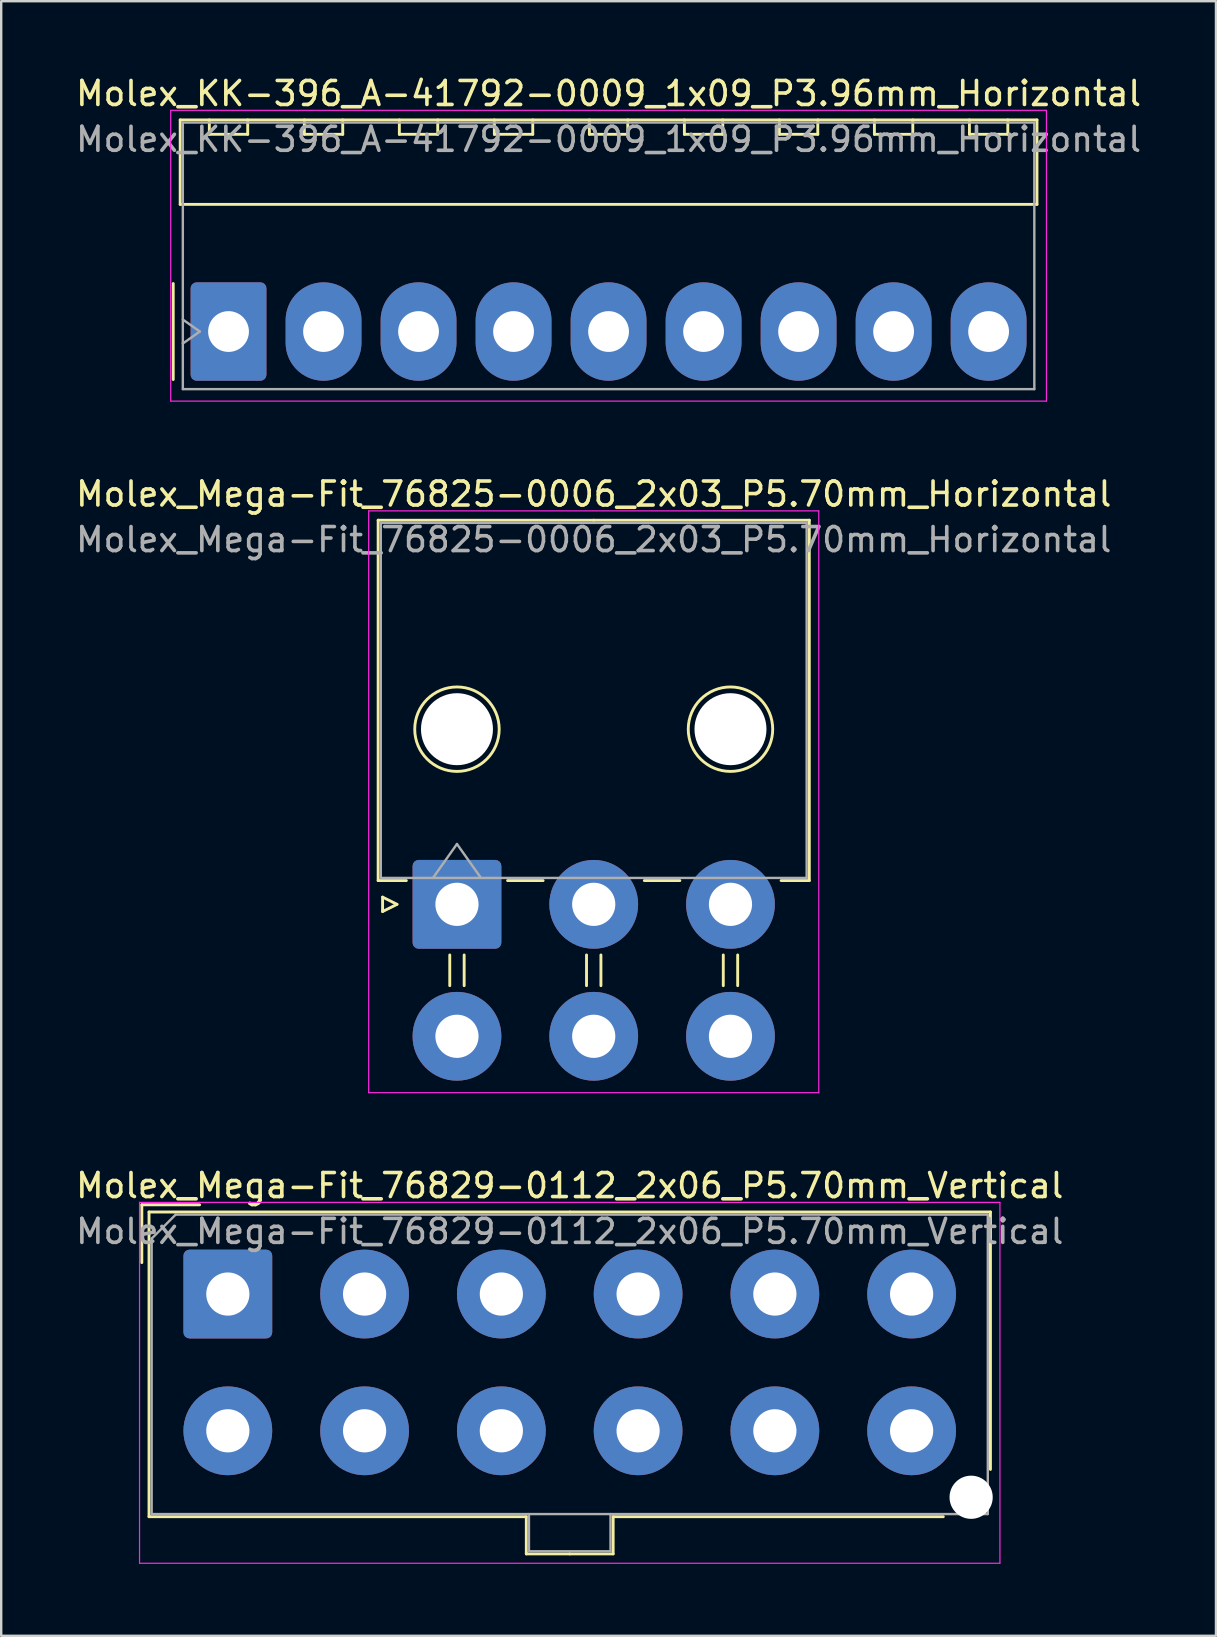
<source format=kicad_pcb>
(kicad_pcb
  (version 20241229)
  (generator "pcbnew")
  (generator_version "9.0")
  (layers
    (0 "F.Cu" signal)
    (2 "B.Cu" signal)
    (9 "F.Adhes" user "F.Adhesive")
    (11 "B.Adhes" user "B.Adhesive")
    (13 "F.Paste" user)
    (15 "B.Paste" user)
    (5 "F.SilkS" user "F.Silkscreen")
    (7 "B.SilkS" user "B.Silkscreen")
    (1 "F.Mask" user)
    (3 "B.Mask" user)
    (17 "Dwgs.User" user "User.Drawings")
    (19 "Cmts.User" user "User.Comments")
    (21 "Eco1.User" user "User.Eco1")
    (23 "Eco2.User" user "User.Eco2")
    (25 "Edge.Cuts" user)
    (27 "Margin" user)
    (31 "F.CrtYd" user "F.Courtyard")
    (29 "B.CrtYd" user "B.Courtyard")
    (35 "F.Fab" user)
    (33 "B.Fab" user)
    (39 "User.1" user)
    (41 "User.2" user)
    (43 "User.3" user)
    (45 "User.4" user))
  (footprint "Molex_Mega-Fit_76829-0112_2x06_P5.70mm_Vertical"
    (layer "F.Cu")
    (at 6.446 50.885)
    (property "Reference" "Molex_Mega-Fit_76829-0112_2x06_P5.70mm_Vertical" (at 14.25 -4.52 0) (layer "F.SilkS") (effects (font (size 1 1) (thickness 0.15))))
    (attr through_hole)
    (fp_line (start -3.585 -3.72) (end -1.175 -3.72) (stroke (width 0.12) (type solid)) (layer "F.SilkS"))
    (fp_line (start -3.585 -1.31) (end -3.585 -3.72) (stroke (width 0.12) (type solid)) (layer "F.SilkS"))
    (fp_line (start -3.285 -3.42) (end -3.285 9.28) (stroke (width 0.12) (type solid)) (layer "F.SilkS"))
    (fp_line (start -3.285 9.28) (end 12.44 9.28) (stroke (width 0.12) (type solid)) (layer "F.SilkS"))
    (fp_line (start 12.44 9.28) (end 12.44 10.83) (stroke (width 0.12) (type solid)) (layer "F.SilkS"))
    (fp_line (start 12.44 10.83) (end 14.25 10.83) (stroke (width 0.12) (type solid)) (layer "F.SilkS"))
    (fp_line (start 14.25 -3.42) (end -3.285 -3.42) (stroke (width 0.12) (type solid)) (layer "F.SilkS"))
    (fp_line (start 14.25 -3.42) (end 31.785 -3.42) (stroke (width 0.12) (type solid)) (layer "F.SilkS"))
    (fp_line (start 16.06 9.28) (end 16.06 10.83) (stroke (width 0.12) (type solid)) (layer "F.SilkS"))
    (fp_line (start 16.06 10.83) (end 14.25 10.83) (stroke (width 0.12) (type solid)) (layer "F.SilkS"))
    (fp_line (start 29.82 9.28) (end 16.06 9.28) (stroke (width 0.12) (type solid)) (layer "F.SilkS"))
    (fp_line (start 31.785 -3.42) (end 31.785 7.31) (stroke (width 0.12) (type solid)) (layer "F.SilkS"))
    (fp_line (start -3.68 -3.82) (end -3.68 11.22) (stroke (width 0.05) (type solid)) (layer "F.CrtYd"))
    (fp_line (start -3.68 11.22) (end 32.18 11.22) (stroke (width 0.05) (type solid)) (layer "F.CrtYd"))
    (fp_line (start 32.18 -3.82) (end -3.68 -3.82) (stroke (width 0.05) (type solid)) (layer "F.CrtYd"))
    (fp_line (start 32.18 11.22) (end 32.18 -3.82) (stroke (width 0.05) (type solid)) (layer "F.CrtYd"))
    (fp_line (start -3.175 -2.31) (end -3.175 9.17) (stroke (width 0.1) (type solid)) (layer "F.Fab"))
    (fp_line (start -3.175 9.17) (end 31.675 9.17) (stroke (width 0.1) (type solid)) (layer "F.Fab"))
    (fp_line (start -2.175 -3.31) (end -3.175 -2.31) (stroke (width 0.1) (type solid)) (layer "F.Fab"))
    (fp_line (start 12.55 9.17) (end 12.55 10.72) (stroke (width 0.1) (type solid)) (layer "F.Fab"))
    (fp_line (start 12.55 10.72) (end 15.95 10.72) (stroke (width 0.1) (type solid)) (layer "F.Fab"))
    (fp_line (start 15.95 10.72) (end 15.95 9.17) (stroke (width 0.1) (type solid)) (layer "F.Fab"))
    (fp_line (start 31.675 -3.31) (end -2.175 -3.31) (stroke (width 0.1) (type solid)) (layer "F.Fab"))
    (fp_line (start 31.675 9.17) (end 31.675 -3.31) (stroke (width 0.1) (type solid)) (layer "F.Fab"))
    (fp_text user "${REFERENCE}" (at 14.25 -2.61 0) (layer "F.Fab") (effects (font (size 1 1) (thickness 0.15))))
    (pad "" np_thru_hole circle (at 30.98 8.47) (size 1.8 1.8) (drill 1.8) (layers "*.Cu" "*.Mask"))
    (pad "1" thru_hole roundrect (at 0 0) (size 3.7 3.7) (drill 1.8) (layers "*.Cu" "*.Mask") (roundrect_rratio 0.068))
    (pad "2" thru_hole circle (at 5.7 0) (size 3.7 3.7) (drill 1.8) (layers "*.Cu" "*.Mask"))
    (pad "3" thru_hole circle (at 11.4 0) (size 3.7 3.7) (drill 1.8) (layers "*.Cu" "*.Mask"))
    (pad "4" thru_hole circle (at 17.1 0) (size 3.7 3.7) (drill 1.8) (layers "*.Cu" "*.Mask"))
    (pad "5" thru_hole circle (at 22.8 0) (size 3.7 3.7) (drill 1.8) (layers "*.Cu" "*.Mask"))
    (pad "6" thru_hole circle (at 28.5 0) (size 3.7 3.7) (drill 1.8) (layers "*.Cu" "*.Mask"))
    (pad "7" thru_hole circle (at 0 5.7) (size 3.7 3.7) (drill 1.8) (layers "*.Cu" "*.Mask"))
    (pad "8" thru_hole circle (at 5.7 5.7) (size 3.7 3.7) (drill 1.8) (layers "*.Cu" "*.Mask"))
    (pad "9" thru_hole circle (at 11.4 5.7) (size 3.7 3.7) (drill 1.8) (layers "*.Cu" "*.Mask"))
    (pad "10" thru_hole circle (at 17.1 5.7) (size 3.7 3.7) (drill 1.8) (layers "*.Cu" "*.Mask"))
    (pad "11" thru_hole circle (at 22.8 5.7) (size 3.7 3.7) (drill 1.8) (layers "*.Cu" "*.Mask"))
    (pad "12" thru_hole circle (at 28.5 5.7) (size 3.7 3.7) (drill 1.8) (layers "*.Cu" "*.Mask")))
  (footprint "Molex_Mega-Fit_76825-0006_2x03_P5.70mm_Horizontal"
    (layer "F.Cu")
    (at 15.996 34.642)
    (property "Reference" "Molex_Mega-Fit_76825-0006_2x03_P5.70mm_Horizontal" (at 5.7 -17.1 0) (layer "F.SilkS") (effects (font (size 1 1) (thickness 0.15))))
    (attr through_hole)
    (fp_line (start -3.285 -16.01) (end -3.285 -0.99) (stroke (width 0.12) (type solid)) (layer "F.SilkS"))
    (fp_line (start -3.285 -0.99) (end -2.11 -0.99) (stroke (width 0.12) (type solid)) (layer "F.SilkS"))
    (fp_line (start -3.1 -0.3) (end -2.5 0) (stroke (width 0.12) (type solid)) (layer "F.SilkS"))
    (fp_line (start -3.1 0.3) (end -3.1 -0.3) (stroke (width 0.12) (type solid)) (layer "F.SilkS"))
    (fp_line (start -2.5 0) (end -3.1 0.3) (stroke (width 0.12) (type solid)) (layer "F.SilkS"))
    (fp_line (start -0.3 2.11) (end -0.3 3.39) (stroke (width 0.12) (type solid)) (layer "F.SilkS"))
    (fp_line (start 0.3 2.11) (end 0.3 3.39) (stroke (width 0.12) (type solid)) (layer "F.SilkS"))
    (fp_line (start 2.11 -0.99) (end 3.59 -0.99) (stroke (width 0.12) (type solid)) (layer "F.SilkS"))
    (fp_line (start 5.4 2.11) (end 5.4 3.39) (stroke (width 0.12) (type solid)) (layer "F.SilkS"))
    (fp_line (start 5.7 -16.01) (end -3.285 -16.01) (stroke (width 0.12) (type solid)) (layer "F.SilkS"))
    (fp_line (start 5.7 -16.01) (end 14.685 -16.01) (stroke (width 0.12) (type solid)) (layer "F.SilkS"))
    (fp_line (start 6 2.11) (end 6 3.39) (stroke (width 0.12) (type solid)) (layer "F.SilkS"))
    (fp_line (start 7.81 -0.99) (end 9.29 -0.99) (stroke (width 0.12) (type solid)) (layer "F.SilkS"))
    (fp_line (start 11.1 2.11) (end 11.1 3.39) (stroke (width 0.12) (type solid)) (layer "F.SilkS"))
    (fp_line (start 11.7 2.11) (end 11.7 3.39) (stroke (width 0.12) (type solid)) (layer "F.SilkS"))
    (fp_line (start 14.685 -16.01) (end 14.685 -0.99) (stroke (width 0.12) (type solid)) (layer "F.SilkS"))
    (fp_line (start 14.685 -0.99) (end 13.51 -0.99) (stroke (width 0.12) (type solid)) (layer "F.SilkS"))
    (fp_circle (center 0 -7.3) (end 1.76 -7.3) (stroke (width 0.12) (type solid)) (fill no) (layer "F.SilkS"))
    (fp_circle (center 11.4 -7.3) (end 13.16 -7.3) (stroke (width 0.12) (type solid)) (fill no) (layer "F.SilkS"))
    (fp_line (start -3.68 -16.4) (end -3.68 7.85) (stroke (width 0.05) (type solid)) (layer "F.CrtYd"))
    (fp_line (start -3.68 7.85) (end 15.08 7.85) (stroke (width 0.05) (type solid)) (layer "F.CrtYd"))
    (fp_line (start 15.08 -16.4) (end -3.68 -16.4) (stroke (width 0.05) (type solid)) (layer "F.CrtYd"))
    (fp_line (start 15.08 7.85) (end 15.08 -16.4) (stroke (width 0.05) (type solid)) (layer "F.CrtYd"))
    (fp_line (start -3.175 -15.9) (end -3.175 -1.1) (stroke (width 0.1) (type solid)) (layer "F.Fab"))
    (fp_line (start -3.175 -1.1) (end 14.575 -1.1) (stroke (width 0.1) (type solid)) (layer "F.Fab"))
    (fp_line (start -1 -1.1) (end 0 -2.514) (stroke (width 0.1) (type solid)) (layer "F.Fab"))
    (fp_line (start 0 -2.514) (end 1 -1.1) (stroke (width 0.1) (type solid)) (layer "F.Fab"))
    (fp_line (start 14.575 -15.9) (end -3.175 -15.9) (stroke (width 0.1) (type solid)) (layer "F.Fab"))
    (fp_line (start 14.575 -1.1) (end 14.575 -15.9) (stroke (width 0.1) (type solid)) (layer "F.Fab"))
    (fp_text user "${REFERENCE}" (at 5.7 -15.2 0) (layer "F.Fab") (effects (font (size 1 1) (thickness 0.15))))
    (pad "" np_thru_hole circle (at 0 -7.3) (size 3 3) (drill 3) (layers "*.Cu" "*.Mask"))
    (pad "" np_thru_hole circle (at 11.4 -7.3) (size 3 3) (drill 3) (layers "*.Cu" "*.Mask"))
    (pad "1" thru_hole roundrect (at 0 0) (size 3.7 3.7) (drill 1.8) (layers "*.Cu" "*.Mask") (roundrect_rratio 0.068))
    (pad "2" thru_hole circle (at 5.7 0) (size 3.7 3.7) (drill 1.8) (layers "*.Cu" "*.Mask"))
    (pad "3" thru_hole circle (at 11.4 0) (size 3.7 3.7) (drill 1.8) (layers "*.Cu" "*.Mask"))
    (pad "4" thru_hole circle (at 0 5.5) (size 3.7 3.7) (drill 1.8) (layers "*.Cu" "*.Mask"))
    (pad "5" thru_hole circle (at 5.7 5.5) (size 3.7 3.7) (drill 1.8) (layers "*.Cu" "*.Mask"))
    (pad "6" thru_hole circle (at 11.4 5.5) (size 3.7 3.7) (drill 1.8) (layers "*.Cu" "*.Mask")))
  (footprint "Molex_KK-396_A-41792-0009_1x09_P3.96mm_Horizontal"
    (layer "F.Cu")
    (at 6.475 10.768)
    (property "Reference" "Molex_KK-396_A-41792-0009_1x09_P3.96mm_Horizontal" (at 15.84 -9.92 0) (layer "F.SilkS") (effects (font (size 1 1) (thickness 0.15))))
    (attr through_hole)
    (fp_line (start -2.305 -2) (end -2.305 2) (stroke (width 0.12) (type solid)) (layer "F.SilkS"))
    (fp_line (start -2.015 -8.82) (end 33.695 -8.82) (stroke (width 0.12) (type solid)) (layer "F.SilkS"))
    (fp_line (start -2.015 -5.3) (end -2.015 -8.82) (stroke (width 0.12) (type solid)) (layer "F.SilkS"))
    (fp_line (start -0.8 -8.82) (end -0.8 -8.22) (stroke (width 0.12) (type solid)) (layer "F.SilkS"))
    (fp_line (start -0.8 -8.22) (end 0.8 -8.22) (stroke (width 0.12) (type solid)) (layer "F.SilkS"))
    (fp_line (start 0.8 -8.22) (end 0.8 -8.82) (stroke (width 0.12) (type solid)) (layer "F.SilkS"))
    (fp_line (start 3.16 -8.82) (end 3.16 -8.22) (stroke (width 0.12) (type solid)) (layer "F.SilkS"))
    (fp_line (start 3.16 -8.22) (end 4.76 -8.22) (stroke (width 0.12) (type solid)) (layer "F.SilkS"))
    (fp_line (start 4.76 -8.22) (end 4.76 -8.82) (stroke (width 0.12) (type solid)) (layer "F.SilkS"))
    (fp_line (start 7.12 -8.82) (end 7.12 -8.22) (stroke (width 0.12) (type solid)) (layer "F.SilkS"))
    (fp_line (start 7.12 -8.22) (end 8.72 -8.22) (stroke (width 0.12) (type solid)) (layer "F.SilkS"))
    (fp_line (start 8.72 -8.22) (end 8.72 -8.82) (stroke (width 0.12) (type solid)) (layer "F.SilkS"))
    (fp_line (start 11.08 -8.82) (end 11.08 -8.22) (stroke (width 0.12) (type solid)) (layer "F.SilkS"))
    (fp_line (start 11.08 -8.22) (end 12.68 -8.22) (stroke (width 0.12) (type solid)) (layer "F.SilkS"))
    (fp_line (start 12.68 -8.22) (end 12.68 -8.82) (stroke (width 0.12) (type solid)) (layer "F.SilkS"))
    (fp_line (start 15.04 -8.82) (end 15.04 -8.22) (stroke (width 0.12) (type solid)) (layer "F.SilkS"))
    (fp_line (start 15.04 -8.22) (end 16.64 -8.22) (stroke (width 0.12) (type solid)) (layer "F.SilkS"))
    (fp_line (start 16.64 -8.22) (end 16.64 -8.82) (stroke (width 0.12) (type solid)) (layer "F.SilkS"))
    (fp_line (start 19 -8.82) (end 19 -8.22) (stroke (width 0.12) (type solid)) (layer "F.SilkS"))
    (fp_line (start 19 -8.22) (end 20.6 -8.22) (stroke (width 0.12) (type solid)) (layer "F.SilkS"))
    (fp_line (start 20.6 -8.22) (end 20.6 -8.82) (stroke (width 0.12) (type solid)) (layer "F.SilkS"))
    (fp_line (start 22.96 -8.82) (end 22.96 -8.22) (stroke (width 0.12) (type solid)) (layer "F.SilkS"))
    (fp_line (start 22.96 -8.22) (end 24.56 -8.22) (stroke (width 0.12) (type solid)) (layer "F.SilkS"))
    (fp_line (start 24.56 -8.22) (end 24.56 -8.82) (stroke (width 0.12) (type solid)) (layer "F.SilkS"))
    (fp_line (start 26.92 -8.82) (end 26.92 -8.22) (stroke (width 0.12) (type solid)) (layer "F.SilkS"))
    (fp_line (start 26.92 -8.22) (end 28.52 -8.22) (stroke (width 0.12) (type solid)) (layer "F.SilkS"))
    (fp_line (start 28.52 -8.22) (end 28.52 -8.82) (stroke (width 0.12) (type solid)) (layer "F.SilkS"))
    (fp_line (start 30.88 -8.82) (end 30.88 -8.22) (stroke (width 0.12) (type solid)) (layer "F.SilkS"))
    (fp_line (start 30.88 -8.22) (end 32.48 -8.22) (stroke (width 0.12) (type solid)) (layer "F.SilkS"))
    (fp_line (start 32.48 -8.22) (end 32.48 -8.82) (stroke (width 0.12) (type solid)) (layer "F.SilkS"))
    (fp_line (start 33.695 -8.82) (end 33.695 -5.3) (stroke (width 0.12) (type solid)) (layer "F.SilkS"))
    (fp_line (start 33.695 -5.3) (end -2.015 -5.3) (stroke (width 0.12) (type solid)) (layer "F.SilkS"))
    (fp_line (start -2.41 -9.22) (end -2.41 2.9) (stroke (width 0.05) (type solid)) (layer "F.CrtYd"))
    (fp_line (start -2.41 2.9) (end 34.09 2.9) (stroke (width 0.05) (type solid)) (layer "F.CrtYd"))
    (fp_line (start 34.09 -9.22) (end -2.41 -9.22) (stroke (width 0.05) (type solid)) (layer "F.CrtYd"))
    (fp_line (start 34.09 2.9) (end 34.09 -9.22) (stroke (width 0.05) (type solid)) (layer "F.CrtYd"))
    (fp_line (start -1.905 -8.71) (end 33.585 -8.71) (stroke (width 0.1) (type solid)) (layer "F.Fab"))
    (fp_line (start -1.905 -0.5) (end -1.198 0) (stroke (width 0.1) (type solid)) (layer "F.Fab"))
    (fp_line (start -1.905 2.4) (end -1.905 -8.71) (stroke (width 0.1) (type solid)) (layer "F.Fab"))
    (fp_line (start -1.198 0) (end -1.905 0.5) (stroke (width 0.1) (type solid)) (layer "F.Fab"))
    (fp_line (start 33.585 -8.71) (end 33.585 2.4) (stroke (width 0.1) (type solid)) (layer "F.Fab"))
    (fp_line (start 33.585 2.4) (end -1.905 2.4) (stroke (width 0.1) (type solid)) (layer "F.Fab"))
    (fp_text user "${REFERENCE}" (at 15.84 -8.01 0) (layer "F.Fab") (effects (font (size 1 1) (thickness 0.15))))
    (pad "1" thru_hole roundrect (at 0 0) (size 3.16 4.1) (drill 1.7) (layers "*.Cu" "*.Mask") (roundrect_rratio 0.079))
    (pad "2" thru_hole oval (at 3.96 0) (size 3.16 4.1) (drill 1.7) (layers "*.Cu" "*.Mask"))
    (pad "3" thru_hole oval (at 7.92 0) (size 3.16 4.1) (drill 1.7) (layers "*.Cu" "*.Mask"))
    (pad "4" thru_hole oval (at 11.88 0) (size 3.16 4.1) (drill 1.7) (layers "*.Cu" "*.Mask"))
    (pad "5" thru_hole oval (at 15.84 0) (size 3.16 4.1) (drill 1.7) (layers "*.Cu" "*.Mask"))
    (pad "6" thru_hole oval (at 19.8 0) (size 3.16 4.1) (drill 1.7) (layers "*.Cu" "*.Mask"))
    (pad "7" thru_hole oval (at 23.76 0) (size 3.16 4.1) (drill 1.7) (layers "*.Cu" "*.Mask"))
    (pad "8" thru_hole oval (at 27.72 0) (size 3.16 4.1) (drill 1.7) (layers "*.Cu" "*.Mask"))
    (pad "9" thru_hole oval (at 31.68 0) (size 3.16 4.1) (drill 1.7) (layers "*.Cu" "*.Mask")))
  (gr_rect
    (start -3 -3)
    (end 47.631 65.13)
    (stroke (width 0.1) (type default))
    (fill no)
    (layer "Edge.Cuts")))
</source>
